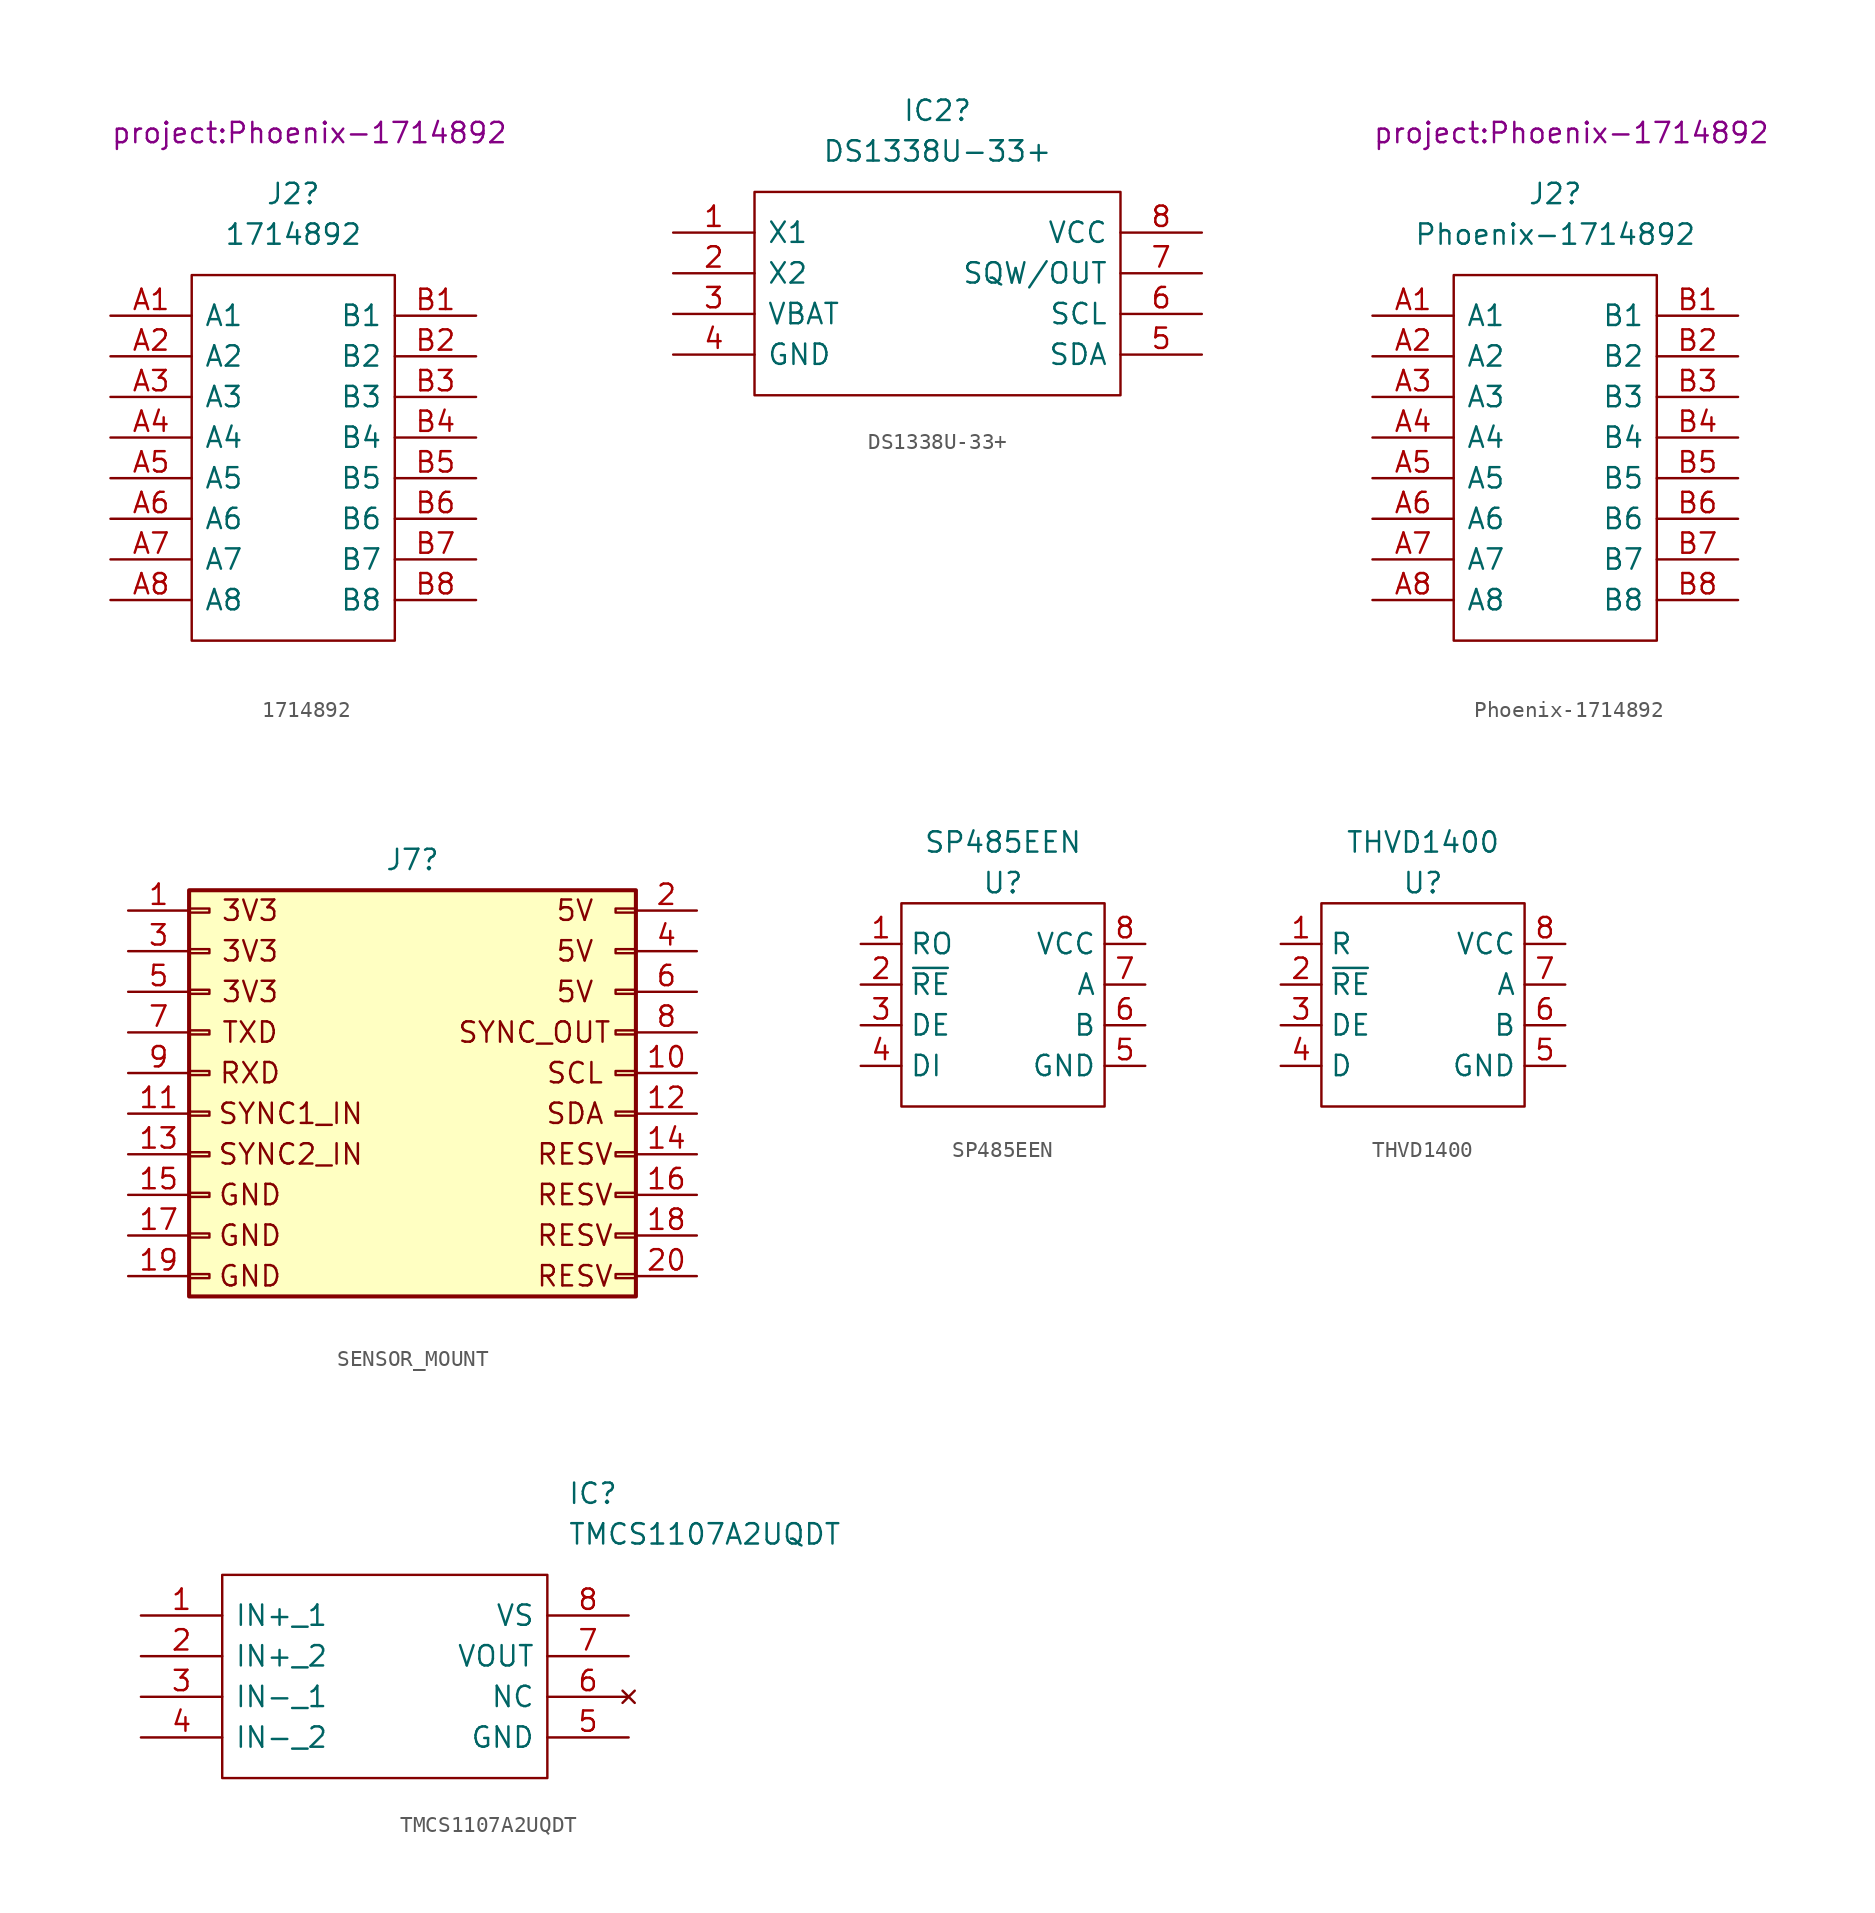
<source format=kicad_sym>
(kicad_symbol_lib
  (version 20211014)
  (generator kicad_symbol_editor)
  (symbol "1714892"
    (pin_names
      (offset 0.762))
    (property "Reference" "J2"
      (at 11.43 7.62 0)
      (effects (font (size 1.27 1.27))))
    (property "Value" "1714892"
      (at 11.43 5.08 0)
      (effects (font (size 1.27 1.27))))
    (property "Footprint" "project:Phoenix-1714892"
      (at 0 11.43 0)
      (effects (font (size 1.27 1.27)) (justify left)))
    (symbol "1714892_0_0"
      (pin passive line (at 0 0 0) (length 5.08) (name "A1" (effects (font (size 1.27 1.27)))) (number "A1" (effects (font (size 1.27 1.27)))))
      (pin passive line (at 0 -2.54 0) (length 5.08) (name "A2" (effects (font (size 1.27 1.27)))) (number "A2" (effects (font (size 1.27 1.27)))))
      (pin passive line (at 0 -5.08 0) (length 5.08) (name "A3" (effects (font (size 1.27 1.27)))) (number "A3" (effects (font (size 1.27 1.27)))))
      (pin passive line (at 0 -7.62 0) (length 5.08) (name "A4" (effects (font (size 1.27 1.27)))) (number "A4" (effects (font (size 1.27 1.27)))))
      (pin passive line (at 0 -10.16 0) (length 5.08) (name "A5" (effects (font (size 1.27 1.27)))) (number "A5" (effects (font (size 1.27 1.27)))))
      (pin passive line (at 0 -12.7 0) (length 5.08) (name "A6" (effects (font (size 1.27 1.27)))) (number "A6" (effects (font (size 1.27 1.27)))))
      (pin passive line (at 0 -15.24 0) (length 5.08) (name "A7" (effects (font (size 1.27 1.27)))) (number "A7" (effects (font (size 1.27 1.27)))))
      (pin passive line (at 0 -17.78 0) (length 5.08) (name "A8" (effects (font (size 1.27 1.27)))) (number "A8" (effects (font (size 1.27 1.27)))))
      (pin passive line (at 22.86 0 180) (length 5.08) (name "B1" (effects (font (size 1.27 1.27)))) (number "B1" (effects (font (size 1.27 1.27)))))
      (pin passive line (at 22.86 -2.54 180) (length 5.08) (name "B2" (effects (font (size 1.27 1.27)))) (number "B2" (effects (font (size 1.27 1.27)))))
      (pin passive line (at 22.86 -5.08 180) (length 5.08) (name "B3" (effects (font (size 1.27 1.27)))) (number "B3" (effects (font (size 1.27 1.27)))))
      (pin passive line (at 22.86 -7.62 180) (length 5.08) (name "B4" (effects (font (size 1.27 1.27)))) (number "B4" (effects (font (size 1.27 1.27)))))
      (pin passive line (at 22.86 -10.16 180) (length 5.08) (name "B5" (effects (font (size 1.27 1.27)))) (number "B5" (effects (font (size 1.27 1.27)))))
      (pin passive line (at 22.86 -12.7 180) (length 5.08) (name "B6" (effects (font (size 1.27 1.27)))) (number "B6" (effects (font (size 1.27 1.27)))))
      (pin passive line (at 22.86 -15.24 180) (length 5.08) (name "B7" (effects (font (size 1.27 1.27)))) (number "B7" (effects (font (size 1.27 1.27)))))
      (pin passive line (at 22.86 -17.78 180) (length 5.08) (name "B8" (effects (font (size 1.27 1.27)))) (number "B8" (effects (font (size 1.27 1.27))))))
    (symbol "1714892_0_1"
      (polyline (pts (xy 5.08 2.54) (xy 17.78 2.54) (xy 17.78 -20.32) (xy 5.08 -20.32) (xy 5.08 2.54)) (stroke (width 0.152) (type default) (color 0 0 0 0)) (fill (type none)))))
  (symbol "DS1338U-33+"
    (pin_names
      (offset 0.762))
    (property "Reference" "IC2"
      (at 16.51 7.62 0)
      (effects (font (size 1.27 1.27))))
    (property "Value" "DS1338U-33+"
      (at 16.51 5.08 0)
      (effects (font (size 1.27 1.27))))
    (symbol "DS1338U-33+_0_0"
      (pin passive line (at 0 0 0) (length 5.08) (name "X1" (effects (font (size 1.27 1.27)))) (number "1" (effects (font (size 1.27 1.27)))))
      (pin passive line (at 0 -2.54 0) (length 5.08) (name "X2" (effects (font (size 1.27 1.27)))) (number "2" (effects (font (size 1.27 1.27)))))
      (pin passive line (at 0 -5.08 0) (length 5.08) (name "VBAT" (effects (font (size 1.27 1.27)))) (number "3" (effects (font (size 1.27 1.27)))))
      (pin passive line (at 0 -7.62 0) (length 5.08) (name "GND" (effects (font (size 1.27 1.27)))) (number "4" (effects (font (size 1.27 1.27)))))
      (pin passive line (at 33.02 -7.62 180) (length 5.08) (name "SDA" (effects (font (size 1.27 1.27)))) (number "5" (effects (font (size 1.27 1.27)))))
      (pin passive line (at 33.02 -5.08 180) (length 5.08) (name "SCL" (effects (font (size 1.27 1.27)))) (number "6" (effects (font (size 1.27 1.27)))))
      (pin passive line (at 33.02 -2.54 180) (length 5.08) (name "SQW/OUT" (effects (font (size 1.27 1.27)))) (number "7" (effects (font (size 1.27 1.27)))))
      (pin passive line (at 33.02 0 180) (length 5.08) (name "VCC" (effects (font (size 1.27 1.27)))) (number "8" (effects (font (size 1.27 1.27))))))
    (symbol "DS1338U-33+_0_1"
      (polyline (pts (xy 5.08 2.54) (xy 27.94 2.54) (xy 27.94 -10.16) (xy 5.08 -10.16) (xy 5.08 2.54)) (stroke (width 0.152) (type default) (color 0 0 0 0)) (fill (type none)))))
  (symbol "Phoenix-1714892"
    (pin_names
      (offset 0.762))
    (property "Reference" "J2"
      (at 11.43 7.62 0)
      (effects (font (size 1.27 1.27))))
    (property "Value" "Phoenix-1714892"
      (at 11.43 5.08 0)
      (effects (font (size 1.27 1.27))))
    (property "Footprint" "project:Phoenix-1714892"
      (at 0 11.43 0)
      (effects (font (size 1.27 1.27)) (justify left)))
    (symbol "Phoenix-1714892_0_0"
      (pin passive line (at 0 0 0) (length 5.08) (name "A1" (effects (font (size 1.27 1.27)))) (number "A1" (effects (font (size 1.27 1.27)))))
      (pin passive line (at 0 -2.54 0) (length 5.08) (name "A2" (effects (font (size 1.27 1.27)))) (number "A2" (effects (font (size 1.27 1.27)))))
      (pin passive line (at 0 -5.08 0) (length 5.08) (name "A3" (effects (font (size 1.27 1.27)))) (number "A3" (effects (font (size 1.27 1.27)))))
      (pin passive line (at 0 -7.62 0) (length 5.08) (name "A4" (effects (font (size 1.27 1.27)))) (number "A4" (effects (font (size 1.27 1.27)))))
      (pin passive line (at 0 -10.16 0) (length 5.08) (name "A5" (effects (font (size 1.27 1.27)))) (number "A5" (effects (font (size 1.27 1.27)))))
      (pin passive line (at 0 -12.7 0) (length 5.08) (name "A6" (effects (font (size 1.27 1.27)))) (number "A6" (effects (font (size 1.27 1.27)))))
      (pin passive line (at 0 -15.24 0) (length 5.08) (name "A7" (effects (font (size 1.27 1.27)))) (number "A7" (effects (font (size 1.27 1.27)))))
      (pin passive line (at 0 -17.78 0) (length 5.08) (name "A8" (effects (font (size 1.27 1.27)))) (number "A8" (effects (font (size 1.27 1.27)))))
      (pin passive line (at 22.86 0 180) (length 5.08) (name "B1" (effects (font (size 1.27 1.27)))) (number "B1" (effects (font (size 1.27 1.27)))))
      (pin passive line (at 22.86 -2.54 180) (length 5.08) (name "B2" (effects (font (size 1.27 1.27)))) (number "B2" (effects (font (size 1.27 1.27)))))
      (pin passive line (at 22.86 -5.08 180) (length 5.08) (name "B3" (effects (font (size 1.27 1.27)))) (number "B3" (effects (font (size 1.27 1.27)))))
      (pin passive line (at 22.86 -7.62 180) (length 5.08) (name "B4" (effects (font (size 1.27 1.27)))) (number "B4" (effects (font (size 1.27 1.27)))))
      (pin passive line (at 22.86 -10.16 180) (length 5.08) (name "B5" (effects (font (size 1.27 1.27)))) (number "B5" (effects (font (size 1.27 1.27)))))
      (pin passive line (at 22.86 -12.7 180) (length 5.08) (name "B6" (effects (font (size 1.27 1.27)))) (number "B6" (effects (font (size 1.27 1.27)))))
      (pin passive line (at 22.86 -15.24 180) (length 5.08) (name "B7" (effects (font (size 1.27 1.27)))) (number "B7" (effects (font (size 1.27 1.27)))))
      (pin passive line (at 22.86 -17.78 180) (length 5.08) (name "B8" (effects (font (size 1.27 1.27)))) (number "B8" (effects (font (size 1.27 1.27))))))
    (symbol "Phoenix-1714892_0_1"
      (polyline (pts (xy 5.08 2.54) (xy 17.78 2.54) (xy 17.78 -20.32) (xy 5.08 -20.32) (xy 5.08 2.54)) (stroke (width 0.152) (type default) (color 0 0 0 0)) (fill (type none)))))
  (symbol "SENSOR_MOUNT"
    (pin_names
      (offset 1.016) hide)
    (property "Reference" "J7"
      (at 1.27 10.795 0)
      (effects (font (size 1.27 1.27))))
    (symbol "SENSOR_MOUNT_0_0"
      (text "3V3" (at -8.89 2.54 0) (effects (font (size 1.27 1.27))))
      (text "3V3" (at -8.89 5.08 0) (effects (font (size 1.27 1.27))))
      (text "3V3" (at -8.89 7.62 0) (effects (font (size 1.27 1.27))))
      (text "5V" (at 11.43 2.54 0) (effects (font (size 1.27 1.27))))
      (text "5V" (at 11.43 5.08 0) (effects (font (size 1.27 1.27))))
      (text "5V" (at 11.43 7.62 0) (effects (font (size 1.27 1.27))))
      (text "GND" (at -8.89 -15.24 0) (effects (font (size 1.27 1.27))))
      (text "GND" (at -8.89 -12.7 0) (effects (font (size 1.27 1.27))))
      (text "GND" (at -8.89 -10.16 0) (effects (font (size 1.27 1.27))))
      (text "RESV" (at 11.43 -15.24 0) (effects (font (size 1.27 1.27))))
      (text "RESV" (at 11.43 -12.7 0) (effects (font (size 1.27 1.27))))
      (text "RESV" (at 11.43 -10.16 0) (effects (font (size 1.27 1.27))))
      (text "RESV" (at 11.43 -7.62 0) (effects (font (size 1.27 1.27))))
      (text "RXD" (at -8.89 -2.54 0) (effects (font (size 1.27 1.27))))
      (text "SCL" (at 11.43 -2.54 0) (effects (font (size 1.27 1.27))))
      (text "SDA" (at 11.43 -5.08 0) (effects (font (size 1.27 1.27))))
      (text "SYNC1_IN" (at -6.35 -5.08 0) (effects (font (size 1.27 1.27))))
      (text "SYNC2_IN" (at -6.35 -7.62 0) (effects (font (size 1.27 1.27))))
      (text "SYNC_OUT" (at 8.89 0 0) (effects (font (size 1.27 1.27))))
      (text "TXD" (at -8.89 0 0) (effects (font (size 1.27 1.27)))))
    (symbol "SENSOR_MOUNT_1_1"
      (rectangle (start -12.7 -10.033) (end -11.43 -10.287) (stroke (width 0.152) (type default) (color 0 0 0 0)) (fill (type none)))
      (rectangle (start -12.7 -7.493) (end -11.43 -7.747) (stroke (width 0.152) (type default) (color 0 0 0 0)) (fill (type none)))
      (rectangle (start -12.7 -4.953) (end -11.43 -5.207) (stroke (width 0.152) (type default) (color 0 0 0 0)) (fill (type none)))
      (rectangle (start -12.7 -2.413) (end -11.43 -2.667) (stroke (width 0.152) (type default) (color 0 0 0 0)) (fill (type none)))
      (rectangle (start -12.7 0.127) (end -11.43 -0.127) (stroke (width 0.152) (type default) (color 0 0 0 0)) (fill (type none)))
      (rectangle (start -12.7 2.667) (end -11.43 2.413) (stroke (width 0.152) (type default) (color 0 0 0 0)) (fill (type none)))
      (rectangle (start -12.7 5.207) (end -11.43 4.953) (stroke (width 0.152) (type default) (color 0 0 0 0)) (fill (type none)))
      (rectangle (start -12.7 7.747) (end -11.43 7.493) (stroke (width 0.152) (type default) (color 0 0 0 0)) (fill (type none)))
      (rectangle (start -12.7 8.89) (end 15.24 -16.51) (stroke (width 0.254) (type default) (color 0 0 0 0)) (fill (type background)))
      (rectangle (start -11.43 -15.113) (end -12.7 -15.367) (stroke (width 0.152) (type default) (color 0 0 0 0)) (fill (type none)))
      (rectangle (start -11.43 -12.573) (end -12.7 -12.827) (stroke (width 0.152) (type default) (color 0 0 0 0)) (fill (type none)))
      (rectangle (start 15.24 -15.113) (end 13.97 -15.367) (stroke (width 0.152) (type default) (color 0 0 0 0)) (fill (type none)))
      (rectangle (start 15.24 -12.573) (end 13.97 -12.827) (stroke (width 0.152) (type default) (color 0 0 0 0)) (fill (type none)))
      (rectangle (start 15.24 -10.033) (end 13.97 -10.287) (stroke (width 0.152) (type default) (color 0 0 0 0)) (fill (type none)))
      (rectangle (start 15.24 -7.493) (end 13.97 -7.747) (stroke (width 0.152) (type default) (color 0 0 0 0)) (fill (type none)))
      (rectangle (start 15.24 -4.953) (end 13.97 -5.207) (stroke (width 0.152) (type default) (color 0 0 0 0)) (fill (type none)))
      (rectangle (start 15.24 -2.413) (end 13.97 -2.667) (stroke (width 0.152) (type default) (color 0 0 0 0)) (fill (type none)))
      (rectangle (start 15.24 0.127) (end 13.97 -0.127) (stroke (width 0.152) (type default) (color 0 0 0 0)) (fill (type none)))
      (rectangle (start 15.24 2.667) (end 13.97 2.413) (stroke (width 0.152) (type default) (color 0 0 0 0)) (fill (type none)))
      (rectangle (start 15.24 5.207) (end 13.97 4.953) (stroke (width 0.152) (type default) (color 0 0 0 0)) (fill (type none)))
      (rectangle (start 15.24 7.747) (end 13.97 7.493) (stroke (width 0.152) (type default) (color 0 0 0 0)) (fill (type none)))
      (pin bidirectional line (at -16.51 7.62 0) (length 3.81) (name "3V3" (effects (font (size 1.27 1.27)))) (number "1" (effects (font (size 1.27 1.27)))))
      (pin bidirectional line (at 19.05 -2.54 180) (length 3.81) (name "SCL" (effects (font (size 1.27 1.27)))) (number "10" (effects (font (size 1.27 1.27)))))
      (pin bidirectional line (at -16.51 -5.08 0) (length 3.81) (name "SYNC1_IN" (effects (font (size 1.27 1.27)))) (number "11" (effects (font (size 1.27 1.27)))))
      (pin bidirectional line (at 19.05 -5.08 180) (length 3.81) (name "SDA" (effects (font (size 1.27 1.27)))) (number "12" (effects (font (size 1.27 1.27)))))
      (pin bidirectional line (at -16.51 -7.62 0) (length 3.81) (name "SYNC2_IN" (effects (font (size 1.27 1.27)))) (number "13" (effects (font (size 1.27 1.27)))))
      (pin bidirectional line (at 19.05 -7.62 180) (length 3.81) (name "Pin_14" (effects (font (size 1.27 1.27)))) (number "14" (effects (font (size 1.27 1.27)))))
      (pin bidirectional line (at -16.51 -10.16 0) (length 3.81) (name "GND" (effects (font (size 1.27 1.27)))) (number "15" (effects (font (size 1.27 1.27)))))
      (pin bidirectional line (at 19.05 -10.16 180) (length 3.81) (name "Pin_16" (effects (font (size 1.27 1.27)))) (number "16" (effects (font (size 1.27 1.27)))))
      (pin bidirectional line (at -16.51 -12.7 0) (length 3.81) (name "GND" (effects (font (size 1.27 1.27)))) (number "17" (effects (font (size 1.27 1.27)))))
      (pin bidirectional line (at 19.05 -12.7 180) (length 3.81) (name "Pin_18" (effects (font (size 1.27 1.27)))) (number "18" (effects (font (size 1.27 1.27)))))
      (pin bidirectional line (at -16.51 -15.24 0) (length 3.81) (name "GND" (effects (font (size 1.27 1.27)))) (number "19" (effects (font (size 1.27 1.27)))))
      (pin bidirectional line (at 19.05 7.62 180) (length 3.81) (name "5V" (effects (font (size 1.27 1.27)))) (number "2" (effects (font (size 1.27 1.27)))))
      (pin bidirectional line (at 19.05 -15.24 180) (length 3.81) (name "Pin_20" (effects (font (size 1.27 1.27)))) (number "20" (effects (font (size 1.27 1.27)))))
      (pin bidirectional line (at -16.51 5.08 0) (length 3.81) (name "3V3" (effects (font (size 1.27 1.27)))) (number "3" (effects (font (size 1.27 1.27)))))
      (pin output line (at 19.05 5.08 180) (length 3.81) (name "5V" (effects (font (size 1.27 1.27)))) (number "4" (effects (font (size 1.27 1.27)))))
      (pin bidirectional line (at -16.51 2.54 0) (length 3.81) (name "3V3" (effects (font (size 1.27 1.27)))) (number "5" (effects (font (size 1.27 1.27)))))
      (pin bidirectional line (at 19.05 2.54 180) (length 3.81) (name "5V" (effects (font (size 1.27 1.27)))) (number "6" (effects (font (size 1.27 1.27)))))
      (pin bidirectional line (at -16.51 0 0) (length 3.81) (name "TX" (effects (font (size 1.27 1.27)))) (number "7" (effects (font (size 1.27 1.27)))))
      (pin bidirectional line (at 19.05 0 180) (length 3.81) (name "SYNC_OUT" (effects (font (size 1.27 1.27)))) (number "8" (effects (font (size 1.27 1.27)))))
      (pin bidirectional line (at -16.51 -2.54 0) (length 3.81) (name "RX" (effects (font (size 1.27 1.27)))) (number "9" (effects (font (size 1.27 1.27)))))))
  (symbol "SP485EEN"
    (property "Reference" "U"
      (at 0 7.62 0)
      (effects (font (size 1.27 1.27))))
    (property "Value" "SP485EEN"
      (at 0 10.16 0)
      (effects (font (size 1.27 1.27))))
    (symbol "SP485EEN_0_1"
      (rectangle (start -6.35 6.35) (end 6.35 -6.35) (stroke (width 0) (type default) (color 0 0 0 0)) (fill (type none))))
    (symbol "SP485EEN_1_1"
      (pin input line (at -8.89 3.81 0) (length 2.54) (name "RO" (effects (font (size 1.27 1.27)))) (number "1" (effects (font (size 1.27 1.27)))))
      (pin input line (at -8.89 1.27 0) (length 2.54) (name "~{RE}" (effects (font (size 1.27 1.27)))) (number "2" (effects (font (size 1.27 1.27)))))
      (pin input line (at -8.89 -1.27 0) (length 2.54) (name "DE" (effects (font (size 1.27 1.27)))) (number "3" (effects (font (size 1.27 1.27)))))
      (pin input line (at -8.89 -3.81 0) (length 2.54) (name "DI" (effects (font (size 1.27 1.27)))) (number "4" (effects (font (size 1.27 1.27)))))
      (pin power_in line (at 8.89 -3.81 180) (length 2.54) (name "GND" (effects (font (size 1.27 1.27)))) (number "5" (effects (font (size 1.27 1.27)))))
      (pin input line (at 8.89 -1.27 180) (length 2.54) (name "B" (effects (font (size 1.27 1.27)))) (number "6" (effects (font (size 1.27 1.27)))))
      (pin input line (at 8.89 1.27 180) (length 2.54) (name "A" (effects (font (size 1.27 1.27)))) (number "7" (effects (font (size 1.27 1.27)))))
      (pin power_in line (at 8.89 3.81 180) (length 2.54) (name "VCC" (effects (font (size 1.27 1.27)))) (number "8" (effects (font (size 1.27 1.27)))))))
  (symbol "THVD1400"
    (property "Reference" "U"
      (at 0 7.62 0)
      (effects (font (size 1.27 1.27))))
    (property "Value" "THVD1400"
      (at 0 10.16 0)
      (effects (font (size 1.27 1.27))))
    (symbol "THVD1400_0_1"
      (rectangle (start -6.35 6.35) (end 6.35 -6.35) (stroke (width 0) (type default) (color 0 0 0 0)) (fill (type none))))
    (symbol "THVD1400_1_1"
      (pin input line (at -8.89 3.81 0) (length 2.54) (name "R" (effects (font (size 1.27 1.27)))) (number "1" (effects (font (size 1.27 1.27)))))
      (pin input line (at -8.89 1.27 0) (length 2.54) (name "~{RE}" (effects (font (size 1.27 1.27)))) (number "2" (effects (font (size 1.27 1.27)))))
      (pin input line (at -8.89 -1.27 0) (length 2.54) (name "DE" (effects (font (size 1.27 1.27)))) (number "3" (effects (font (size 1.27 1.27)))))
      (pin input line (at -8.89 -3.81 0) (length 2.54) (name "D" (effects (font (size 1.27 1.27)))) (number "4" (effects (font (size 1.27 1.27)))))
      (pin power_in line (at 8.89 -3.81 180) (length 2.54) (name "GND" (effects (font (size 1.27 1.27)))) (number "5" (effects (font (size 1.27 1.27)))))
      (pin input line (at 8.89 -1.27 180) (length 2.54) (name "B" (effects (font (size 1.27 1.27)))) (number "6" (effects (font (size 1.27 1.27)))))
      (pin input line (at 8.89 1.27 180) (length 2.54) (name "A" (effects (font (size 1.27 1.27)))) (number "7" (effects (font (size 1.27 1.27)))))
      (pin power_in line (at 8.89 3.81 180) (length 2.54) (name "VCC" (effects (font (size 1.27 1.27)))) (number "8" (effects (font (size 1.27 1.27)))))))
  (symbol "TMCS1107A2UQDT"
    (pin_names
      (offset 0.762))
    (property "Reference" "IC"
      (at 26.67 7.62 0)
      (effects (font (size 1.27 1.27)) (justify left)))
    (property "Value" "TMCS1107A2UQDT"
      (at 26.67 5.08 0)
      (effects (font (size 1.27 1.27)) (justify left)))
    (symbol "TMCS1107A2UQDT_0_0"
      (pin passive line (at 0 0 0) (length 5.08) (name "IN+_1" (effects (font (size 1.27 1.27)))) (number "1" (effects (font (size 1.27 1.27)))))
      (pin passive line (at 0 -2.54 0) (length 5.08) (name "IN+_2" (effects (font (size 1.27 1.27)))) (number "2" (effects (font (size 1.27 1.27)))))
      (pin passive line (at 0 -5.08 0) (length 5.08) (name "IN-_1" (effects (font (size 1.27 1.27)))) (number "3" (effects (font (size 1.27 1.27)))))
      (pin passive line (at 0 -7.62 0) (length 5.08) (name "IN-_2" (effects (font (size 1.27 1.27)))) (number "4" (effects (font (size 1.27 1.27)))))
      (pin passive line (at 30.48 -7.62 180) (length 5.08) (name "GND" (effects (font (size 1.27 1.27)))) (number "5" (effects (font (size 1.27 1.27)))))
      (pin no_connect line (at 30.48 -5.08 180) (length 5.08) (name "NC" (effects (font (size 1.27 1.27)))) (number "6" (effects (font (size 1.27 1.27)))))
      (pin passive line (at 30.48 -2.54 180) (length 5.08) (name "VOUT" (effects (font (size 1.27 1.27)))) (number "7" (effects (font (size 1.27 1.27)))))
      (pin passive line (at 30.48 0 180) (length 5.08) (name "VS" (effects (font (size 1.27 1.27)))) (number "8" (effects (font (size 1.27 1.27))))))
    (symbol "TMCS1107A2UQDT_0_1"
      (polyline (pts (xy 5.08 2.54) (xy 25.4 2.54) (xy 25.4 -10.16) (xy 5.08 -10.16) (xy 5.08 2.54)) (stroke (width 0.152) (type default) (color 0 0 0 0)) (fill (type none))))))
</source>
